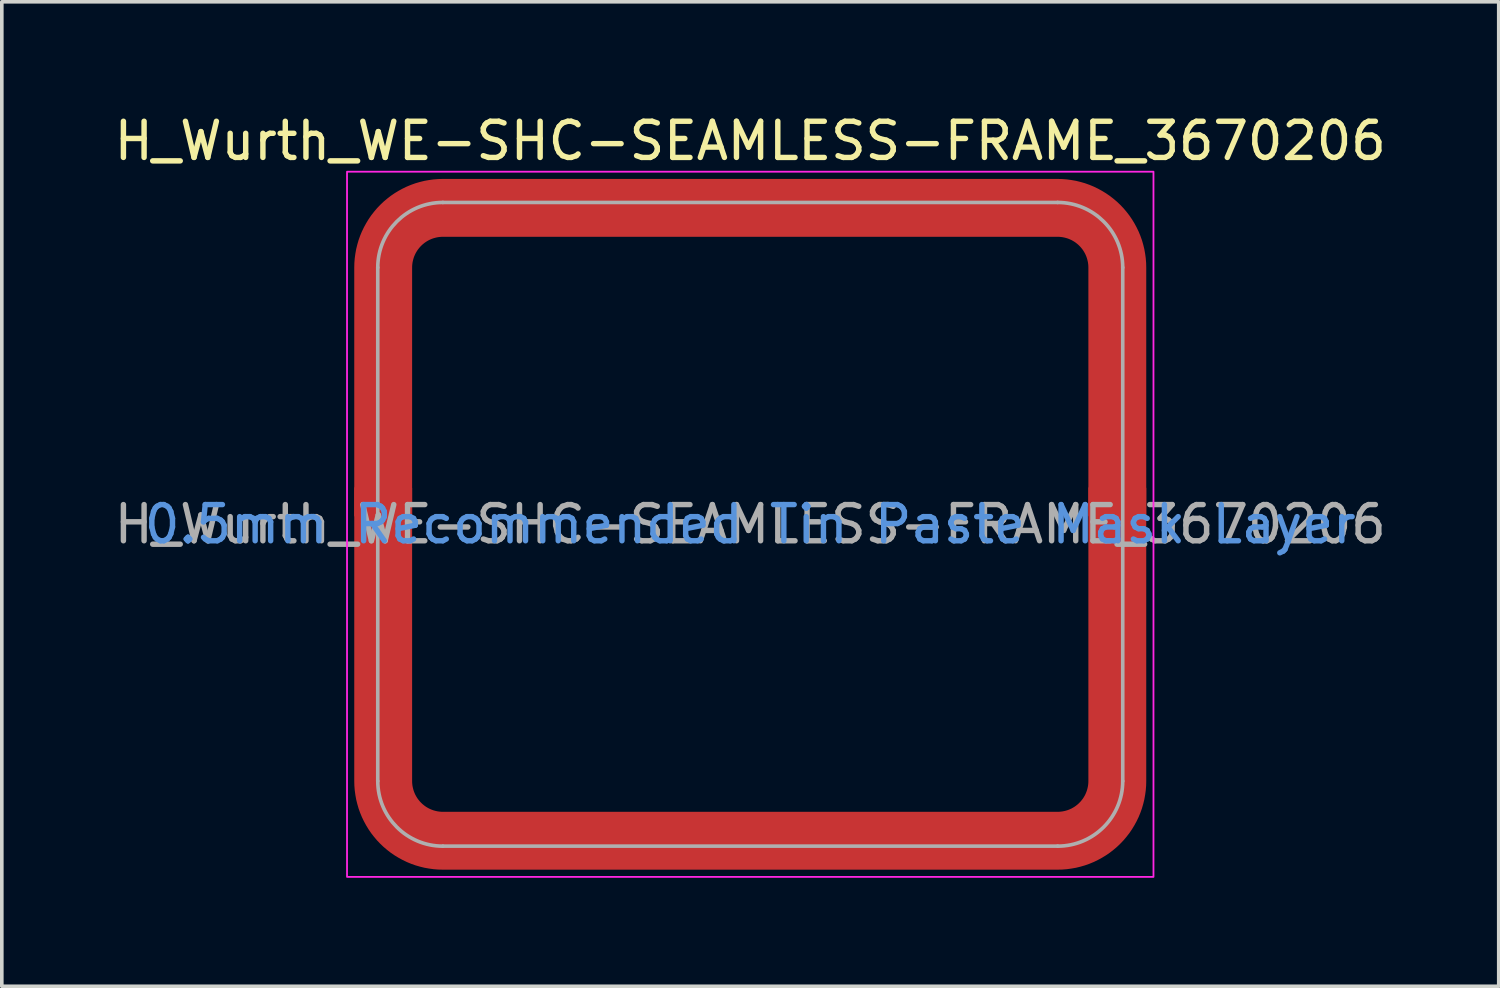
<source format=kicad_pcb>
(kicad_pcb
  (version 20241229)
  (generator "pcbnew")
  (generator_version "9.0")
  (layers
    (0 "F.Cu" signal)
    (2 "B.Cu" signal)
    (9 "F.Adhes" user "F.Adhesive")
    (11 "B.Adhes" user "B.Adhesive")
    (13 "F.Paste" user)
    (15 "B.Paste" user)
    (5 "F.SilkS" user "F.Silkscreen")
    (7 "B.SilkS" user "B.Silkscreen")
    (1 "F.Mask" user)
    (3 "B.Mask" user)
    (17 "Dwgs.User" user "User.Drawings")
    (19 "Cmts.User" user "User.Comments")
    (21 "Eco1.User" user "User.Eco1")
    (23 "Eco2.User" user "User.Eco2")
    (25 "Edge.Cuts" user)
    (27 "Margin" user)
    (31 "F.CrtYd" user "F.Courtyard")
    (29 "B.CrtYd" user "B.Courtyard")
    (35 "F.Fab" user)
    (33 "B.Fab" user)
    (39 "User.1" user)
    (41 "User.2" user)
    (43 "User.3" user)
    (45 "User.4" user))
  (footprint "H_Wurth_WE-SHC-SEAMLESS-FRAME_3670206"
    (layer "F.Cu")
    (at 17.696 11.448)
    (property "Reference" "H_Wurth_WE-SHC-SEAMLESS-FRAME_3670206" (at 0 -10.6 0) (unlocked yes) (layer "F.SilkS") (effects (font (size 1 1) (thickness 0.15))))
    (attr smd)
    (fp_poly (pts (xy -9.4 -0.25) (xy -10.9 -0.25) (xy -10.9 -7.1) (xy -10.897 -7.226) (xy -10.887 -7.351) (xy -10.87 -7.475) (xy -10.848 -7.599) (xy -10.818 -7.721) (xy -10.783 -7.842) (xy -10.741 -7.96) (xy -10.693 -8.076) (xy -10.638 -8.19) (xy -10.578 -8.3) (xy -10.513 -8.407) (xy -10.442 -8.511) (xy -10.365 -8.61) (xy -10.284 -8.706) (xy -10.197 -8.797) (xy -10.106 -8.884) (xy -10.01 -8.965) (xy -9.911 -9.042) (xy -9.807 -9.113) (xy -9.7 -9.178) (xy -9.59 -9.238) (xy -9.476 -9.293) (xy -9.36 -9.341) (xy -9.242 -9.383) (xy -9.121 -9.418) (xy -8.999 -9.448) (xy -8.875 -9.47) (xy -8.751 -9.487) (xy -8.626 -9.497) (xy -8.5 -9.5) (xy 8.5 -9.5) (xy 8.626 -9.497) (xy 8.751 -9.487) (xy 8.875 -9.47) (xy 8.999 -9.448) (xy 9.121 -9.418) (xy 9.242 -9.383) (xy 9.36 -9.341) (xy 9.476 -9.293) (xy 9.59 -9.238) (xy 9.7 -9.178) (xy 9.807 -9.113) (xy 9.911 -9.042) (xy 10.01 -8.965) (xy 10.106 -8.884) (xy 10.197 -8.797) (xy 10.284 -8.706) (xy 10.365 -8.61) (xy 10.442 -8.511) (xy 10.513 -8.407) (xy 10.578 -8.3) (xy 10.638 -8.19) (xy 10.693 -8.076) (xy 10.741 -7.96) (xy 10.783 -7.842) (xy 10.818 -7.721) (xy 10.848 -7.599) (xy 10.87 -7.475) (xy 10.887 -7.351) (xy 10.897 -7.226) (xy 10.9 -7.1) (xy 10.9 -0.25) (xy 9.4 -0.25) (xy 9.4 -7.1) (xy 9.399 -7.147) (xy 9.395 -7.194) (xy 9.389 -7.241) (xy 9.38 -7.287) (xy 9.369 -7.333) (xy 9.356 -7.378) (xy 9.34 -7.423) (xy 9.322 -7.466) (xy 9.302 -7.509) (xy 9.279 -7.55) (xy 9.255 -7.59) (xy 9.228 -7.629) (xy 9.199 -7.666) (xy 9.169 -7.702) (xy 9.136 -7.736) (xy 9.102 -7.769) (xy 9.066 -7.799) (xy 9.029 -7.828) (xy 8.99 -7.855) (xy 8.95 -7.879) (xy 8.909 -7.902) (xy 8.866 -7.922) (xy 8.823 -7.94) (xy 8.778 -7.956) (xy 8.733 -7.969) (xy 8.687 -7.98) (xy 8.641 -7.989) (xy 8.594 -7.995) (xy 8.547 -7.999) (xy 8.5 -8) (xy -8.5 -8) (xy -8.547 -7.999) (xy -8.594 -7.995) (xy -8.641 -7.989) (xy -8.687 -7.98) (xy -8.733 -7.969) (xy -8.778 -7.956) (xy -8.823 -7.94) (xy -8.866 -7.922) (xy -8.909 -7.902) (xy -8.95 -7.879) (xy -8.99 -7.855) (xy -9.029 -7.828) (xy -9.066 -7.799) (xy -9.102 -7.769) (xy -9.136 -7.736) (xy -9.169 -7.702) (xy -9.199 -7.666) (xy -9.228 -7.629) (xy -9.255 -7.59) (xy -9.279 -7.55) (xy -9.302 -7.509) (xy -9.322 -7.466) (xy -9.34 -7.423) (xy -9.356 -7.378) (xy -9.369 -7.333) (xy -9.38 -7.287) (xy -9.389 -7.241) (xy -9.395 -7.194) (xy -9.399 -7.147) (xy -9.4 -7.1) (xy -9.4 -0.25)) (stroke (width 0.1) (type solid)) (fill yes) (layer "F.Cu"))
    (fp_poly (pts (xy -9.4 -0.25) (xy -10.9 -0.25) (xy -10.9 -7.1) (xy -10.897 -7.226) (xy -10.887 -7.351) (xy -10.87 -7.475) (xy -10.848 -7.599) (xy -10.818 -7.721) (xy -10.783 -7.842) (xy -10.741 -7.96) (xy -10.693 -8.076) (xy -10.638 -8.19) (xy -10.578 -8.3) (xy -10.513 -8.407) (xy -10.442 -8.511) (xy -10.365 -8.61) (xy -10.284 -8.706) (xy -10.197 -8.797) (xy -10.106 -8.884) (xy -10.01 -8.965) (xy -9.911 -9.042) (xy -9.807 -9.113) (xy -9.7 -9.178) (xy -9.59 -9.238) (xy -9.476 -9.293) (xy -9.36 -9.341) (xy -9.242 -9.383) (xy -9.121 -9.418) (xy -8.999 -9.448) (xy -8.875 -9.47) (xy -8.751 -9.487) (xy -8.626 -9.497) (xy -8.5 -9.5) (xy 8.5 -9.5) (xy 8.626 -9.497) (xy 8.751 -9.487) (xy 8.875 -9.47) (xy 8.999 -9.448) (xy 9.121 -9.418) (xy 9.242 -9.383) (xy 9.36 -9.341) (xy 9.476 -9.293) (xy 9.59 -9.238) (xy 9.7 -9.178) (xy 9.807 -9.113) (xy 9.911 -9.042) (xy 10.01 -8.965) (xy 10.106 -8.884) (xy 10.197 -8.797) (xy 10.284 -8.706) (xy 10.365 -8.61) (xy 10.442 -8.511) (xy 10.513 -8.407) (xy 10.578 -8.3) (xy 10.638 -8.19) (xy 10.693 -8.076) (xy 10.741 -7.96) (xy 10.783 -7.842) (xy 10.818 -7.721) (xy 10.848 -7.599) (xy 10.87 -7.475) (xy 10.887 -7.351) (xy 10.897 -7.226) (xy 10.9 -7.1) (xy 10.9 -0.25) (xy 9.4 -0.25) (xy 9.4 -7.1) (xy 9.399 -7.147) (xy 9.395 -7.194) (xy 9.389 -7.241) (xy 9.38 -7.287) (xy 9.369 -7.333) (xy 9.356 -7.378) (xy 9.34 -7.423) (xy 9.322 -7.466) (xy 9.302 -7.509) (xy 9.279 -7.55) (xy 9.255 -7.59) (xy 9.228 -7.629) (xy 9.199 -7.666) (xy 9.169 -7.702) (xy 9.136 -7.736) (xy 9.102 -7.769) (xy 9.066 -7.799) (xy 9.029 -7.828) (xy 8.99 -7.855) (xy 8.95 -7.879) (xy 8.909 -7.902) (xy 8.866 -7.922) (xy 8.823 -7.94) (xy 8.778 -7.956) (xy 8.733 -7.969) (xy 8.687 -7.98) (xy 8.641 -7.989) (xy 8.594 -7.995) (xy 8.547 -7.999) (xy 8.5 -8) (xy -8.5 -8) (xy -8.547 -7.999) (xy -8.594 -7.995) (xy -8.641 -7.989) (xy -8.687 -7.98) (xy -8.733 -7.969) (xy -8.778 -7.956) (xy -8.823 -7.94) (xy -8.866 -7.922) (xy -8.909 -7.902) (xy -8.95 -7.879) (xy -8.99 -7.855) (xy -9.029 -7.828) (xy -9.066 -7.799) (xy -9.102 -7.769) (xy -9.136 -7.736) (xy -9.169 -7.702) (xy -9.199 -7.666) (xy -9.228 -7.629) (xy -9.255 -7.59) (xy -9.279 -7.55) (xy -9.302 -7.509) (xy -9.322 -7.466) (xy -9.34 -7.423) (xy -9.356 -7.378) (xy -9.369 -7.333) (xy -9.38 -7.287) (xy -9.389 -7.241) (xy -9.395 -7.194) (xy -9.399 -7.147) (xy -9.4 -7.1) (xy -9.4 -0.25)) (stroke (width 0.1) (type solid)) (fill yes) (layer "F.Mask"))
    (fp_poly (pts (xy -9.4 -0.25) (xy -10.9 -0.25) (xy -10.9 -7.1) (xy -10.897 -7.226) (xy -10.887 -7.351) (xy -10.87 -7.475) (xy -10.848 -7.599) (xy -10.818 -7.721) (xy -10.783 -7.842) (xy -10.741 -7.96) (xy -10.693 -8.076) (xy -10.638 -8.19) (xy -10.578 -8.3) (xy -10.513 -8.407) (xy -10.442 -8.511) (xy -10.365 -8.61) (xy -10.284 -8.706) (xy -10.197 -8.797) (xy -10.106 -8.884) (xy -10.01 -8.965) (xy -9.911 -9.042) (xy -9.807 -9.113) (xy -9.7 -9.178) (xy -9.59 -9.238) (xy -9.476 -9.293) (xy -9.36 -9.341) (xy -9.242 -9.383) (xy -9.121 -9.418) (xy -8.999 -9.448) (xy -8.875 -9.47) (xy -8.751 -9.487) (xy -8.626 -9.497) (xy -8.5 -9.5) (xy 8.5 -9.5) (xy 8.626 -9.497) (xy 8.751 -9.487) (xy 8.875 -9.47) (xy 8.999 -9.448) (xy 9.121 -9.418) (xy 9.242 -9.383) (xy 9.36 -9.341) (xy 9.476 -9.293) (xy 9.59 -9.238) (xy 9.7 -9.178) (xy 9.807 -9.113) (xy 9.911 -9.042) (xy 10.01 -8.965) (xy 10.106 -8.884) (xy 10.197 -8.797) (xy 10.284 -8.706) (xy 10.365 -8.61) (xy 10.442 -8.511) (xy 10.513 -8.407) (xy 10.578 -8.3) (xy 10.638 -8.19) (xy 10.693 -8.076) (xy 10.741 -7.96) (xy 10.783 -7.842) (xy 10.818 -7.721) (xy 10.848 -7.599) (xy 10.87 -7.475) (xy 10.887 -7.351) (xy 10.897 -7.226) (xy 10.9 -7.1) (xy 10.9 -0.25) (xy 9.4 -0.25) (xy 9.4 -7.1) (xy 9.399 -7.147) (xy 9.395 -7.194) (xy 9.389 -7.241) (xy 9.38 -7.287) (xy 9.369 -7.333) (xy 9.356 -7.378) (xy 9.34 -7.423) (xy 9.322 -7.466) (xy 9.302 -7.509) (xy 9.279 -7.55) (xy 9.255 -7.59) (xy 9.228 -7.629) (xy 9.199 -7.666) (xy 9.169 -7.702) (xy 9.136 -7.736) (xy 9.102 -7.769) (xy 9.066 -7.799) (xy 9.029 -7.828) (xy 8.99 -7.855) (xy 8.95 -7.879) (xy 8.909 -7.902) (xy 8.866 -7.922) (xy 8.823 -7.94) (xy 8.778 -7.956) (xy 8.733 -7.969) (xy 8.687 -7.98) (xy 8.641 -7.989) (xy 8.594 -7.995) (xy 8.547 -7.999) (xy 8.5 -8) (xy -8.5 -8) (xy -8.547 -7.999) (xy -8.594 -7.995) (xy -8.641 -7.989) (xy -8.687 -7.98) (xy -8.733 -7.969) (xy -8.778 -7.956) (xy -8.823 -7.94) (xy -8.866 -7.922) (xy -8.909 -7.902) (xy -8.95 -7.879) (xy -8.99 -7.855) (xy -9.029 -7.828) (xy -9.066 -7.799) (xy -9.102 -7.769) (xy -9.136 -7.736) (xy -9.169 -7.702) (xy -9.199 -7.666) (xy -9.228 -7.629) (xy -9.255 -7.59) (xy -9.279 -7.55) (xy -9.302 -7.509) (xy -9.322 -7.466) (xy -9.34 -7.423) (xy -9.356 -7.378) (xy -9.369 -7.333) (xy -9.38 -7.287) (xy -9.389 -7.241) (xy -9.395 -7.194) (xy -9.399 -7.147) (xy -9.4 -7.1) (xy -9.4 -0.25)) (stroke (width 0.1) (type solid)) (fill yes) (layer "F.Paste"))
    (fp_rect (start -11.15 -9.75) (end 11.15 9.75) (stroke (width 0.05) (type solid)) (fill no) (layer "F.CrtYd"))
    (fp_line (start -10.3 7.1) (end -10.3 -7.1) (stroke (width 0.1) (type solid)) (layer "F.Fab"))
    (fp_line (start -8.5 -8.9) (end 8.5 -8.9) (stroke (width 0.1) (type solid)) (layer "F.Fab"))
    (fp_line (start -8.5 8.9) (end 8.5 8.9) (stroke (width 0.1) (type solid)) (layer "F.Fab"))
    (fp_line (start 10.3 7.1) (end 10.3 -7.1) (stroke (width 0.1) (type solid)) (layer "F.Fab"))
    (fp_arc (start -10.3 -7.1) (mid -9.772792 -8.372792) (end -8.5 -8.9) (stroke (width 0.1) (type default)) (layer "F.Fab"))
    (fp_arc (start -8.5 8.9) (mid -9.772792 8.372792) (end -10.3 7.1) (stroke (width 0.1) (type default)) (layer "F.Fab"))
    (fp_arc (start 8.5 -8.9) (mid 9.772792 -8.372792) (end 10.3 -7.1) (stroke (width 0.1) (type default)) (layer "F.Fab"))
    (fp_arc (start 10.3 7.1) (mid 9.772792 8.372792) (end 8.5 8.9) (stroke (width 0.1) (type default)) (layer "F.Fab"))
    (fp_text user "0.5mm Recommended Tin Paste Mask Layer" (at 0 0 0) (unlocked yes) (layer "Cmts.User") (effects (font (size 1 1) (thickness 0.15))))
    (fp_text user "${REFERENCE}" (at 0 0 0) (unlocked yes) (layer "F.Fab") (effects (font (size 1 1) (thickness 0.15))))
    (pad "1" smd custom (at 10.15 0) (size 1.5 14.2) (layers "F.Cu" "F.Mask" "F.Paste") (options (anchor rect)) (primitives (gr_poly (pts (xy -0.75 -1) (xy 0.75 -1) (xy 0.75 7.1) (xy 0.747 7.226) (xy 0.737 7.351) (xy 0.72 7.475) (xy 0.698 7.599) (xy 0.668 7.721) (xy 0.633 7.842) (xy 0.591 7.96) (xy 0.543 8.076) (xy 0.488 8.19) (xy 0.428 8.3) (xy 0.363 8.407) (xy 0.292 8.511) (xy 0.215 8.61) (xy 0.134 8.706) (xy 0.047 8.797) (xy -0.044 8.884) (xy -0.14 8.965) (xy -0.239 9.042) (xy -0.343 9.113) (xy -0.45 9.178) (xy -0.56 9.238) (xy -0.674 9.293) (xy -0.79 9.341) (xy -0.908 9.383) (xy -1.029 9.418) (xy -1.151 9.448) (xy -1.275 9.47) (xy -1.399 9.487) (xy -1.524 9.497) (xy -1.65 9.5) (xy -18.65 9.5) (xy -18.776 9.497) (xy -18.901 9.487) (xy -19.025 9.47) (xy -19.149 9.448) (xy -19.271 9.418) (xy -19.392 9.383) (xy -19.51 9.341) (xy -19.626 9.293) (xy -19.74 9.238) (xy -19.85 9.178) (xy -19.957 9.113) (xy -20.061 9.042) (xy -20.16 8.965) (xy -20.256 8.884) (xy -20.347 8.797) (xy -20.434 8.706) (xy -20.515 8.61) (xy -20.592 8.511) (xy -20.663 8.407) (xy -20.728 8.3) (xy -20.788 8.19) (xy -20.843 8.076) (xy -20.891 7.96) (xy -20.933 7.842) (xy -20.968 7.721) (xy -20.998 7.599) (xy -21.02 7.475) (xy -21.037 7.351) (xy -21.047 7.226) (xy -21.05 7.1) (xy -21.05 -1) (xy -19.55 -1) (xy -19.55 7.1) (xy -19.549 7.147) (xy -19.545 7.194) (xy -19.539 7.241) (xy -19.53 7.287) (xy -19.519 7.333) (xy -19.506 7.378) (xy -19.49 7.423) (xy -19.472 7.466) (xy -19.452 7.509) (xy -19.429 7.55) (xy -19.405 7.59) (xy -19.378 7.629) (xy -19.349 7.666) (xy -19.319 7.702) (xy -19.286 7.736) (xy -19.252 7.769) (xy -19.216 7.799) (xy -19.179 7.828) (xy -19.14 7.855) (xy -19.1 7.879) (xy -19.059 7.902) (xy -19.016 7.922) (xy -18.973 7.94) (xy -18.928 7.956) (xy -18.883 7.969) (xy -18.837 7.98) (xy -18.791 7.989) (xy -18.744 7.995) (xy -18.697 7.999) (xy -18.65 8) (xy -1.65 8) (xy -1.603 7.999) (xy -1.556 7.995) (xy -1.509 7.989) (xy -1.463 7.98) (xy -1.417 7.969) (xy -1.372 7.956) (xy -1.327 7.94) (xy -1.284 7.922) (xy -1.241 7.902) (xy -1.2 7.879) (xy -1.16 7.855) (xy -1.121 7.828) (xy -1.084 7.799) (xy -1.048 7.769) (xy -1.014 7.736) (xy -0.981 7.702) (xy -0.951 7.666) (xy -0.922 7.629) (xy -0.895 7.59) (xy -0.871 7.55) (xy -0.848 7.509) (xy -0.828 7.466) (xy -0.81 7.423) (xy -0.794 7.378) (xy -0.781 7.333) (xy -0.77 7.287) (xy -0.761 7.241) (xy -0.755 7.194) (xy -0.751 7.147) (xy -0.75 7.1) (xy -0.75 -1)) (width 0.1) (fill yes)))))
  (gr_rect
    (start -3 -3)
    (end 38.393 24.223)
    (stroke (width 0.1) (type default))
    (fill no)
    (layer "Edge.Cuts")))
</source>
